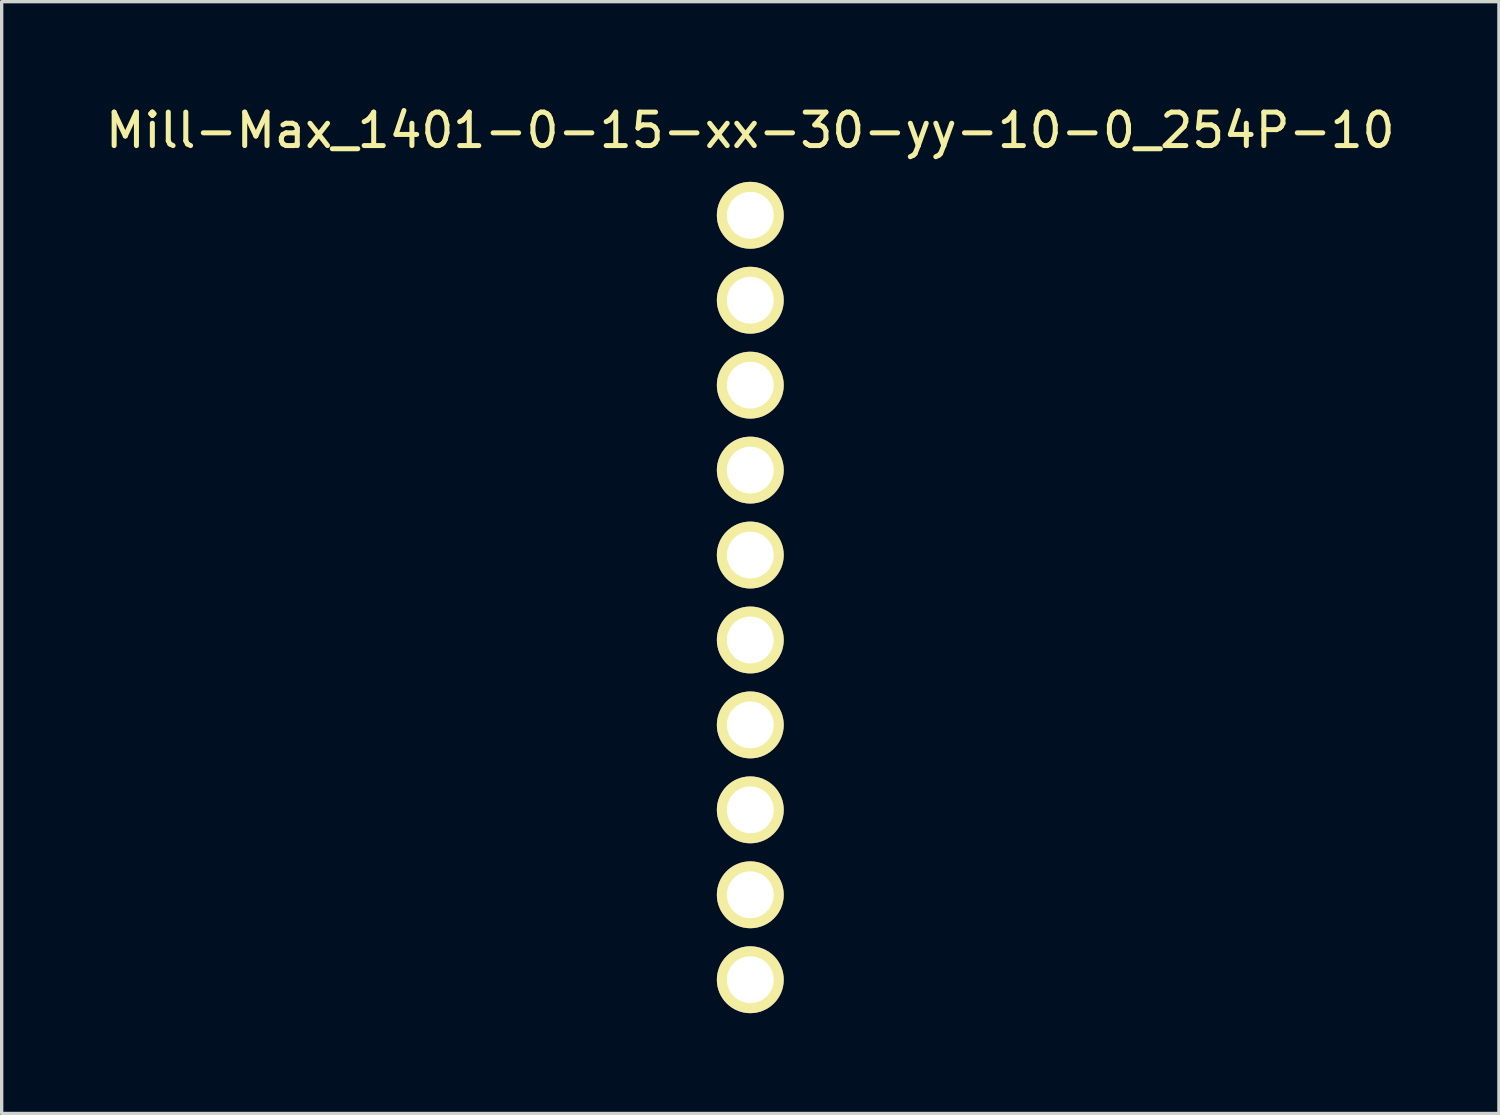
<source format=kicad_pcb>
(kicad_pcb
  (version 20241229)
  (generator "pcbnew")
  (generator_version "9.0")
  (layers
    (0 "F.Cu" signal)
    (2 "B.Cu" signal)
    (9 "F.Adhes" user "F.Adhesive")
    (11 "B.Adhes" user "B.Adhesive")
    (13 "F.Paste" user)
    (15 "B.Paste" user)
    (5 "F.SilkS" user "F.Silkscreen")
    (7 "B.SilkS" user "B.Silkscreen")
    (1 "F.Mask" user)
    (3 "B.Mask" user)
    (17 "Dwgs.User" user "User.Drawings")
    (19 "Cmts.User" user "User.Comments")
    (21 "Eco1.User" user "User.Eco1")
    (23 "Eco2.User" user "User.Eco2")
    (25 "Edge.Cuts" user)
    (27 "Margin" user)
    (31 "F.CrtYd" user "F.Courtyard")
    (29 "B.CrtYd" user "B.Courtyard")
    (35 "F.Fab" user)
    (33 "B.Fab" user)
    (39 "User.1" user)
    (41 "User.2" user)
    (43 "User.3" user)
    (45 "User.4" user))
  (footprint "Mill-Max_1401-0-15-xx-30-yy-10-0_254P-10"
    (layer "F.Cu")
    (at 19.387 14.818)
    (property "Reference" "Mill-Max_1401-0-15-xx-30-yy-10-0_254P-10" (at 0 -13.97 0) (layer "F.SilkS") (effects (font (size 1 1) (thickness 0.15))))
    (attr through_hole)
    (pad "1" thru_hole circle (at 0 -11.43) (size 2 2) (drill 1.4) (layers "*.Cu" "*.Mask" "F.SilkS"))
    (pad "2" thru_hole circle (at 0 -8.89) (size 2 2) (drill 1.4) (layers "*.Cu" "*.Mask" "F.SilkS"))
    (pad "3" thru_hole circle (at 0 -6.35) (size 2 2) (drill 1.4) (layers "*.Cu" "*.Mask" "F.SilkS"))
    (pad "4" thru_hole circle (at 0 -3.81) (size 2 2) (drill 1.4) (layers "*.Cu" "*.Mask" "F.SilkS"))
    (pad "5" thru_hole circle (at 0 -1.27) (size 2 2) (drill 1.4) (layers "*.Cu" "*.Mask" "F.SilkS"))
    (pad "6" thru_hole circle (at 0 1.27) (size 2 2) (drill 1.4) (layers "*.Cu" "*.Mask" "F.SilkS"))
    (pad "7" thru_hole circle (at 0 3.81) (size 2 2) (drill 1.4) (layers "*.Cu" "*.Mask" "F.SilkS"))
    (pad "8" thru_hole circle (at 0 6.35) (size 2 2) (drill 1.4) (layers "*.Cu" "*.Mask" "F.SilkS"))
    (pad "9" thru_hole circle (at 0 8.89) (size 2 2) (drill 1.4) (layers "*.Cu" "*.Mask" "F.SilkS"))
    (pad "10" thru_hole circle (at 0 11.43) (size 2 2) (drill 1.4) (layers "*.Cu" "*.Mask" "F.SilkS")))
  (gr_rect
    (start -3 -3)
    (end 41.774 30.248)
    (stroke (width 0.1) (type default))
    (fill no)
    (layer "Edge.Cuts")))
</source>
